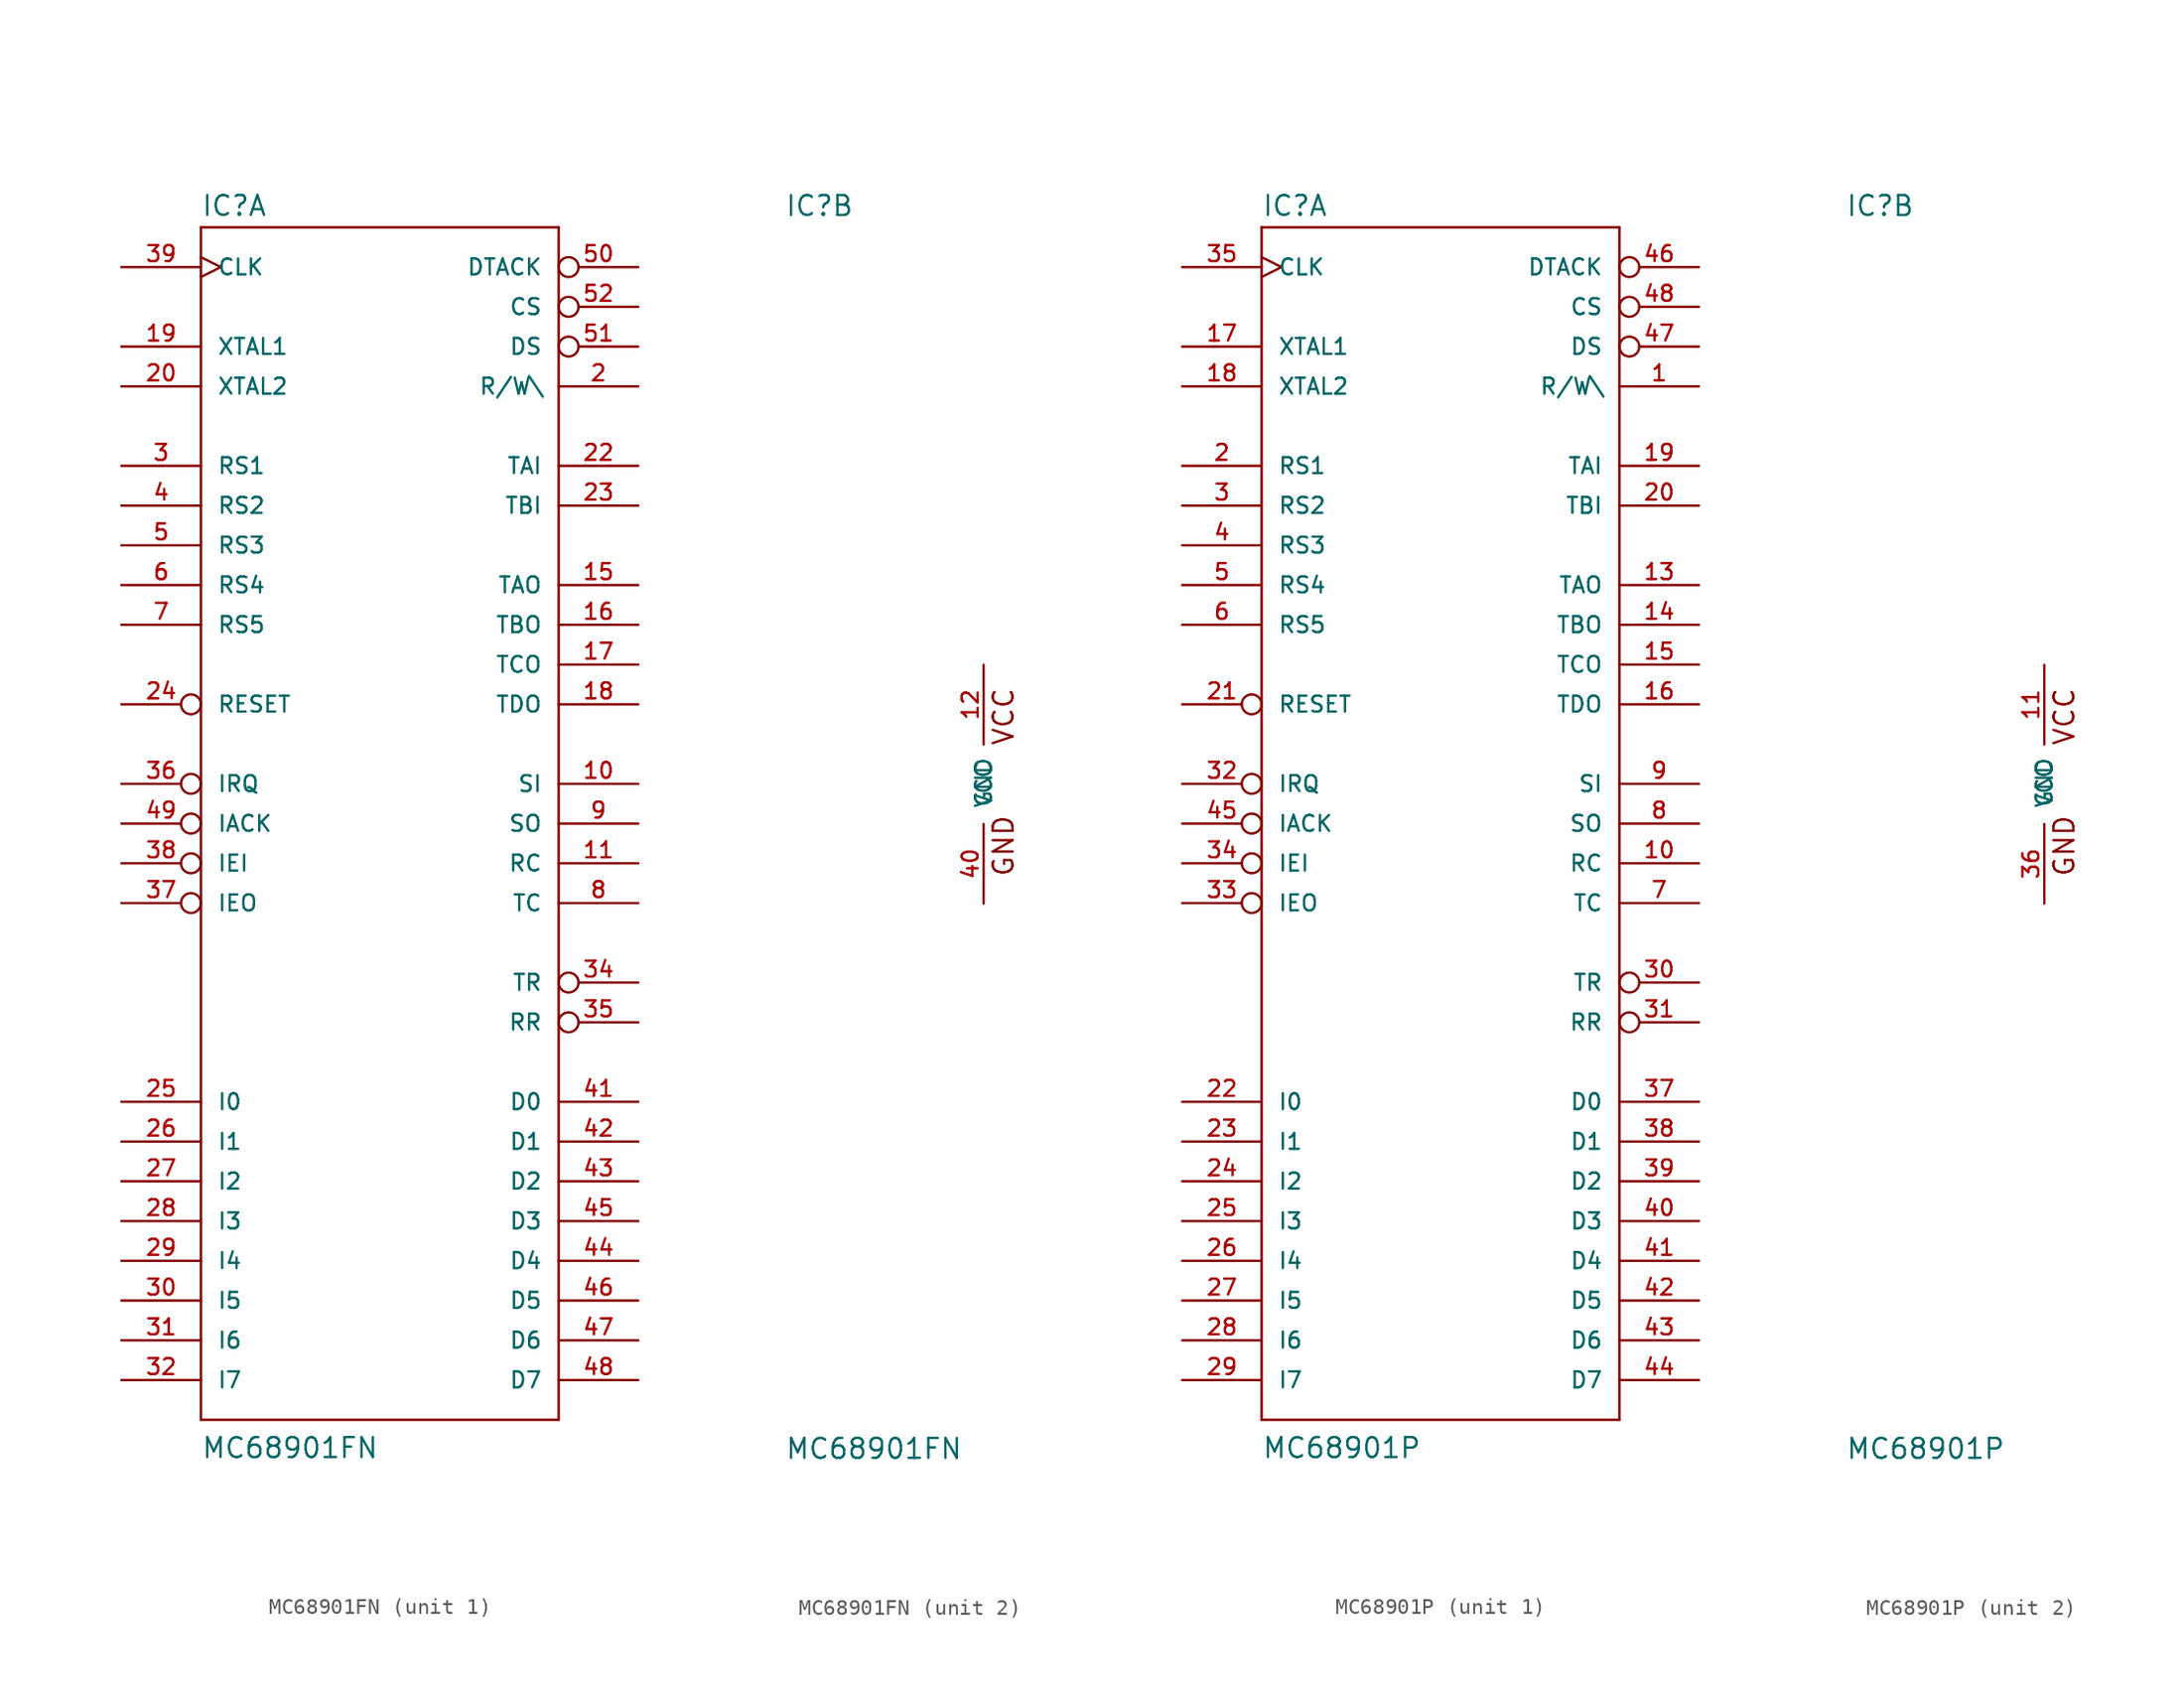
<source format=kicad_sym>
(kicad_symbol_lib
  (version 20220914)
  (generator kicad_symbol_editor)
  (symbol "MC68901FN"
    (pin_names
      (offset 1.016))
    (property "Reference" "IC"
      (at -12.7 36.195 0)
      (effects (font (size 1.27 1.27)) (justify left bottom)))
    (property "Value" "MC68901FN"
      (at -12.7 -43.18 0)
      (effects (font (size 1.27 1.27)) (justify left bottom)))
    (property "Footprint" ""
      (at 0 0 0)
      (effects (font (size 1.524 1.524))))
    (property "Datasheet" ""
      (at 0 0 0)
      (effects (font (size 1.524 1.524))))
    (property "ki_locked" ""
      (at 0 0 0)
      (effects (font (size 1.27 1.27))))
    (symbol "MC68901FN_1_0"
      (polyline (pts (xy -12.7 -40.64) (xy -12.7 35.56)) (stroke (width 0) (type solid)) (fill (type none)))
      (polyline (pts (xy -12.7 -40.64) (xy 10.16 -40.64)) (stroke (width 0) (type solid)) (fill (type none)))
      (polyline (pts (xy 10.16 -40.64) (xy 10.16 35.56)) (stroke (width 0) (type solid)) (fill (type none)))
      (polyline (pts (xy 10.16 35.56) (xy -12.7 35.56)) (stroke (width 0) (type solid)) (fill (type none))))
    (symbol "MC68901FN_1_1"
      (pin input line (at 15.24 0 180) (length 5.08) (name "SI" (effects (font (size 1.016 1.016)))) (number "10" (effects (font (size 1.016 1.016)))))
      (pin input line (at 15.24 -5.08 180) (length 5.08) (name "RC" (effects (font (size 1.016 1.016)))) (number "11" (effects (font (size 1.016 1.016)))))
      (pin output line (at 15.24 12.7 180) (length 5.08) (name "TAO" (effects (font (size 1.016 1.016)))) (number "15" (effects (font (size 1.016 1.016)))))
      (pin output line (at 15.24 10.16 180) (length 5.08) (name "TBO" (effects (font (size 1.016 1.016)))) (number "16" (effects (font (size 1.016 1.016)))))
      (pin output line (at 15.24 7.62 180) (length 5.08) (name "TCO" (effects (font (size 1.016 1.016)))) (number "17" (effects (font (size 1.016 1.016)))))
      (pin output line (at 15.24 5.08 180) (length 5.08) (name "TDO" (effects (font (size 1.016 1.016)))) (number "18" (effects (font (size 1.016 1.016)))))
      (pin input line (at -17.78 27.94 0) (length 5.08) (name "XTAL1" (effects (font (size 1.016 1.016)))) (number "19" (effects (font (size 1.016 1.016)))))
      (pin input line (at 15.24 25.4 180) (length 5.08) (name "R/W\\" (effects (font (size 1.016 1.016)))) (number "2" (effects (font (size 1.016 1.016)))))
      (pin input line (at -17.78 25.4 0) (length 5.08) (name "XTAL2" (effects (font (size 1.016 1.016)))) (number "20" (effects (font (size 1.016 1.016)))))
      (pin input line (at 15.24 20.32 180) (length 5.08) (name "TAI" (effects (font (size 1.016 1.016)))) (number "22" (effects (font (size 1.016 1.016)))))
      (pin input line (at 15.24 17.78 180) (length 5.08) (name "TBI" (effects (font (size 1.016 1.016)))) (number "23" (effects (font (size 1.016 1.016)))))
      (pin input inverted (at -17.78 5.08 0) (length 5.08) (name "RESET" (effects (font (size 1.016 1.016)))) (number "24" (effects (font (size 1.016 1.016)))))
      (pin bidirectional line (at -17.78 -20.32 0) (length 5.08) (name "I0" (effects (font (size 1.016 1.016)))) (number "25" (effects (font (size 1.016 1.016)))))
      (pin bidirectional line (at -17.78 -22.86 0) (length 5.08) (name "I1" (effects (font (size 1.016 1.016)))) (number "26" (effects (font (size 1.016 1.016)))))
      (pin bidirectional line (at -17.78 -25.4 0) (length 5.08) (name "I2" (effects (font (size 1.016 1.016)))) (number "27" (effects (font (size 1.016 1.016)))))
      (pin bidirectional line (at -17.78 -27.94 0) (length 5.08) (name "I3" (effects (font (size 1.016 1.016)))) (number "28" (effects (font (size 1.016 1.016)))))
      (pin bidirectional line (at -17.78 -30.48 0) (length 5.08) (name "I4" (effects (font (size 1.016 1.016)))) (number "29" (effects (font (size 1.016 1.016)))))
      (pin input line (at -17.78 20.32 0) (length 5.08) (name "RS1" (effects (font (size 1.016 1.016)))) (number "3" (effects (font (size 1.016 1.016)))))
      (pin bidirectional line (at -17.78 -33.02 0) (length 5.08) (name "I5" (effects (font (size 1.016 1.016)))) (number "30" (effects (font (size 1.016 1.016)))))
      (pin bidirectional line (at -17.78 -35.56 0) (length 5.08) (name "I6" (effects (font (size 1.016 1.016)))) (number "31" (effects (font (size 1.016 1.016)))))
      (pin bidirectional line (at -17.78 -38.1 0) (length 5.08) (name "I7" (effects (font (size 1.016 1.016)))) (number "32" (effects (font (size 1.016 1.016)))))
      (pin output inverted (at 15.24 -12.7 180) (length 5.08) (name "TR" (effects (font (size 1.016 1.016)))) (number "34" (effects (font (size 1.016 1.016)))))
      (pin output inverted (at 15.24 -15.24 180) (length 5.08) (name "RR" (effects (font (size 1.016 1.016)))) (number "35" (effects (font (size 1.016 1.016)))))
      (pin output inverted (at -17.78 0 0) (length 5.08) (name "IRQ" (effects (font (size 1.016 1.016)))) (number "36" (effects (font (size 1.016 1.016)))))
      (pin output inverted (at -17.78 -7.62 0) (length 5.08) (name "IEO" (effects (font (size 1.016 1.016)))) (number "37" (effects (font (size 1.016 1.016)))))
      (pin input inverted (at -17.78 -5.08 0) (length 5.08) (name "IEI" (effects (font (size 1.016 1.016)))) (number "38" (effects (font (size 1.016 1.016)))))
      (pin input clock (at -17.78 33.02 0) (length 5.08) (name "CLK" (effects (font (size 1.016 1.016)))) (number "39" (effects (font (size 1.016 1.016)))))
      (pin input line (at -17.78 17.78 0) (length 5.08) (name "RS2" (effects (font (size 1.016 1.016)))) (number "4" (effects (font (size 1.016 1.016)))))
      (pin bidirectional line (at 15.24 -20.32 180) (length 5.08) (name "D0" (effects (font (size 1.016 1.016)))) (number "41" (effects (font (size 1.016 1.016)))))
      (pin bidirectional line (at 15.24 -22.86 180) (length 5.08) (name "D1" (effects (font (size 1.016 1.016)))) (number "42" (effects (font (size 1.016 1.016)))))
      (pin bidirectional line (at 15.24 -25.4 180) (length 5.08) (name "D2" (effects (font (size 1.016 1.016)))) (number "43" (effects (font (size 1.016 1.016)))))
      (pin bidirectional line (at 15.24 -30.48 180) (length 5.08) (name "D4" (effects (font (size 1.016 1.016)))) (number "44" (effects (font (size 1.016 1.016)))))
      (pin bidirectional line (at 15.24 -27.94 180) (length 5.08) (name "D3" (effects (font (size 1.016 1.016)))) (number "45" (effects (font (size 1.016 1.016)))))
      (pin bidirectional line (at 15.24 -33.02 180) (length 5.08) (name "D5" (effects (font (size 1.016 1.016)))) (number "46" (effects (font (size 1.016 1.016)))))
      (pin bidirectional line (at 15.24 -35.56 180) (length 5.08) (name "D6" (effects (font (size 1.016 1.016)))) (number "47" (effects (font (size 1.016 1.016)))))
      (pin bidirectional line (at 15.24 -38.1 180) (length 5.08) (name "D7" (effects (font (size 1.016 1.016)))) (number "48" (effects (font (size 1.016 1.016)))))
      (pin input inverted (at -17.78 -2.54 0) (length 5.08) (name "IACK" (effects (font (size 1.016 1.016)))) (number "49" (effects (font (size 1.016 1.016)))))
      (pin input line (at -17.78 15.24 0) (length 5.08) (name "RS3" (effects (font (size 1.016 1.016)))) (number "5" (effects (font (size 1.016 1.016)))))
      (pin output inverted (at 15.24 33.02 180) (length 5.08) (name "DTACK" (effects (font (size 1.016 1.016)))) (number "50" (effects (font (size 1.016 1.016)))))
      (pin input inverted (at 15.24 27.94 180) (length 5.08) (name "DS" (effects (font (size 1.016 1.016)))) (number "51" (effects (font (size 1.016 1.016)))))
      (pin input inverted (at 15.24 30.48 180) (length 5.08) (name "CS" (effects (font (size 1.016 1.016)))) (number "52" (effects (font (size 1.016 1.016)))))
      (pin input line (at -17.78 12.7 0) (length 5.08) (name "RS4" (effects (font (size 1.016 1.016)))) (number "6" (effects (font (size 1.016 1.016)))))
      (pin input line (at -17.78 10.16 0) (length 5.08) (name "RS5" (effects (font (size 1.016 1.016)))) (number "7" (effects (font (size 1.016 1.016)))))
      (pin input line (at 15.24 -7.62 180) (length 5.08) (name "TC" (effects (font (size 1.016 1.016)))) (number "8" (effects (font (size 1.016 1.016)))))
      (pin output line (at 15.24 -2.54 180) (length 5.08) (name "SO" (effects (font (size 1.016 1.016)))) (number "9" (effects (font (size 1.016 1.016))))))
    (symbol "MC68901FN_2_0"
      (text "GND" (at 1.27 -3.937 1) (effects (font (size 1.27 1.27))))
      (text "VCC" (at 1.27 4.318 1) (effects (font (size 1.27 1.27)))))
    (symbol "MC68901FN_2_1"
      (pin power_in line (at 0 7.62 270) (length 5.08) (name "VCC" (effects (font (size 1.016 1.016)))) (number "12" (effects (font (size 1.016 1.016)))))
      (pin power_in line (at 0 -7.62 90) (length 5.08) (name "GND" (effects (font (size 1.016 1.016)))) (number "40" (effects (font (size 1.016 1.016)))))))
  (symbol "MC68901P"
    (pin_names
      (offset 1.016))
    (property "Reference" "IC"
      (at -12.7 36.195 0)
      (effects (font (size 1.27 1.27)) (justify left bottom)))
    (property "Value" "MC68901P"
      (at -12.7 -43.18 0)
      (effects (font (size 1.27 1.27)) (justify left bottom)))
    (property "Datasheet" ""
      (at 0 0 0)
      (effects (font (size 1.524 1.524))))
    (property "ki_locked" ""
      (at 0 0 0)
      (effects (font (size 1.27 1.27))))
    (symbol "MC68901P_1_0"
      (polyline (pts (xy -12.7 -40.64) (xy -12.7 35.56)) (stroke (width 0) (type solid)) (fill (type none)))
      (polyline (pts (xy -12.7 -40.64) (xy 10.16 -40.64)) (stroke (width 0) (type solid)) (fill (type none)))
      (polyline (pts (xy 10.16 -40.64) (xy 10.16 35.56)) (stroke (width 0) (type solid)) (fill (type none)))
      (polyline (pts (xy 10.16 35.56) (xy -12.7 35.56)) (stroke (width 0) (type solid)) (fill (type none))))
    (symbol "MC68901P_1_1"
      (pin input line (at 15.24 25.4 180) (length 5.08) (name "R/W\\" (effects (font (size 1.016 1.016)))) (number "1" (effects (font (size 1.016 1.016)))))
      (pin input line (at 15.24 -5.08 180) (length 5.08) (name "RC" (effects (font (size 1.016 1.016)))) (number "10" (effects (font (size 1.016 1.016)))))
      (pin output line (at 15.24 12.7 180) (length 5.08) (name "TAO" (effects (font (size 1.016 1.016)))) (number "13" (effects (font (size 1.016 1.016)))))
      (pin output line (at 15.24 10.16 180) (length 5.08) (name "TBO" (effects (font (size 1.016 1.016)))) (number "14" (effects (font (size 1.016 1.016)))))
      (pin output line (at 15.24 7.62 180) (length 5.08) (name "TCO" (effects (font (size 1.016 1.016)))) (number "15" (effects (font (size 1.016 1.016)))))
      (pin output line (at 15.24 5.08 180) (length 5.08) (name "TDO" (effects (font (size 1.016 1.016)))) (number "16" (effects (font (size 1.016 1.016)))))
      (pin input line (at -17.78 27.94 0) (length 5.08) (name "XTAL1" (effects (font (size 1.016 1.016)))) (number "17" (effects (font (size 1.016 1.016)))))
      (pin input line (at -17.78 25.4 0) (length 5.08) (name "XTAL2" (effects (font (size 1.016 1.016)))) (number "18" (effects (font (size 1.016 1.016)))))
      (pin input line (at 15.24 20.32 180) (length 5.08) (name "TAI" (effects (font (size 1.016 1.016)))) (number "19" (effects (font (size 1.016 1.016)))))
      (pin input line (at -17.78 20.32 0) (length 5.08) (name "RS1" (effects (font (size 1.016 1.016)))) (number "2" (effects (font (size 1.016 1.016)))))
      (pin input line (at 15.24 17.78 180) (length 5.08) (name "TBI" (effects (font (size 1.016 1.016)))) (number "20" (effects (font (size 1.016 1.016)))))
      (pin input inverted (at -17.78 5.08 0) (length 5.08) (name "RESET" (effects (font (size 1.016 1.016)))) (number "21" (effects (font (size 1.016 1.016)))))
      (pin bidirectional line (at -17.78 -20.32 0) (length 5.08) (name "I0" (effects (font (size 1.016 1.016)))) (number "22" (effects (font (size 1.016 1.016)))))
      (pin bidirectional line (at -17.78 -22.86 0) (length 5.08) (name "I1" (effects (font (size 1.016 1.016)))) (number "23" (effects (font (size 1.016 1.016)))))
      (pin bidirectional line (at -17.78 -25.4 0) (length 5.08) (name "I2" (effects (font (size 1.016 1.016)))) (number "24" (effects (font (size 1.016 1.016)))))
      (pin bidirectional line (at -17.78 -27.94 0) (length 5.08) (name "I3" (effects (font (size 1.016 1.016)))) (number "25" (effects (font (size 1.016 1.016)))))
      (pin bidirectional line (at -17.78 -30.48 0) (length 5.08) (name "I4" (effects (font (size 1.016 1.016)))) (number "26" (effects (font (size 1.016 1.016)))))
      (pin bidirectional line (at -17.78 -33.02 0) (length 5.08) (name "I5" (effects (font (size 1.016 1.016)))) (number "27" (effects (font (size 1.016 1.016)))))
      (pin bidirectional line (at -17.78 -35.56 0) (length 5.08) (name "I6" (effects (font (size 1.016 1.016)))) (number "28" (effects (font (size 1.016 1.016)))))
      (pin bidirectional line (at -17.78 -38.1 0) (length 5.08) (name "I7" (effects (font (size 1.016 1.016)))) (number "29" (effects (font (size 1.016 1.016)))))
      (pin input line (at -17.78 17.78 0) (length 5.08) (name "RS2" (effects (font (size 1.016 1.016)))) (number "3" (effects (font (size 1.016 1.016)))))
      (pin output inverted (at 15.24 -12.7 180) (length 5.08) (name "TR" (effects (font (size 1.016 1.016)))) (number "30" (effects (font (size 1.016 1.016)))))
      (pin output inverted (at 15.24 -15.24 180) (length 5.08) (name "RR" (effects (font (size 1.016 1.016)))) (number "31" (effects (font (size 1.016 1.016)))))
      (pin output inverted (at -17.78 0 0) (length 5.08) (name "IRQ" (effects (font (size 1.016 1.016)))) (number "32" (effects (font (size 1.016 1.016)))))
      (pin output inverted (at -17.78 -7.62 0) (length 5.08) (name "IEO" (effects (font (size 1.016 1.016)))) (number "33" (effects (font (size 1.016 1.016)))))
      (pin input inverted (at -17.78 -5.08 0) (length 5.08) (name "IEI" (effects (font (size 1.016 1.016)))) (number "34" (effects (font (size 1.016 1.016)))))
      (pin input clock (at -17.78 33.02 0) (length 5.08) (name "CLK" (effects (font (size 1.016 1.016)))) (number "35" (effects (font (size 1.016 1.016)))))
      (pin bidirectional line (at 15.24 -20.32 180) (length 5.08) (name "D0" (effects (font (size 1.016 1.016)))) (number "37" (effects (font (size 1.016 1.016)))))
      (pin bidirectional line (at 15.24 -22.86 180) (length 5.08) (name "D1" (effects (font (size 1.016 1.016)))) (number "38" (effects (font (size 1.016 1.016)))))
      (pin bidirectional line (at 15.24 -25.4 180) (length 5.08) (name "D2" (effects (font (size 1.016 1.016)))) (number "39" (effects (font (size 1.016 1.016)))))
      (pin input line (at -17.78 15.24 0) (length 5.08) (name "RS3" (effects (font (size 1.016 1.016)))) (number "4" (effects (font (size 1.016 1.016)))))
      (pin bidirectional line (at 15.24 -27.94 180) (length 5.08) (name "D3" (effects (font (size 1.016 1.016)))) (number "40" (effects (font (size 1.016 1.016)))))
      (pin bidirectional line (at 15.24 -30.48 180) (length 5.08) (name "D4" (effects (font (size 1.016 1.016)))) (number "41" (effects (font (size 1.016 1.016)))))
      (pin bidirectional line (at 15.24 -33.02 180) (length 5.08) (name "D5" (effects (font (size 1.016 1.016)))) (number "42" (effects (font (size 1.016 1.016)))))
      (pin bidirectional line (at 15.24 -35.56 180) (length 5.08) (name "D6" (effects (font (size 1.016 1.016)))) (number "43" (effects (font (size 1.016 1.016)))))
      (pin bidirectional line (at 15.24 -38.1 180) (length 5.08) (name "D7" (effects (font (size 1.016 1.016)))) (number "44" (effects (font (size 1.016 1.016)))))
      (pin input inverted (at -17.78 -2.54 0) (length 5.08) (name "IACK" (effects (font (size 1.016 1.016)))) (number "45" (effects (font (size 1.016 1.016)))))
      (pin output inverted (at 15.24 33.02 180) (length 5.08) (name "DTACK" (effects (font (size 1.016 1.016)))) (number "46" (effects (font (size 1.016 1.016)))))
      (pin input inverted (at 15.24 27.94 180) (length 5.08) (name "DS" (effects (font (size 1.016 1.016)))) (number "47" (effects (font (size 1.016 1.016)))))
      (pin input inverted (at 15.24 30.48 180) (length 5.08) (name "CS" (effects (font (size 1.016 1.016)))) (number "48" (effects (font (size 1.016 1.016)))))
      (pin input line (at -17.78 12.7 0) (length 5.08) (name "RS4" (effects (font (size 1.016 1.016)))) (number "5" (effects (font (size 1.016 1.016)))))
      (pin input line (at -17.78 10.16 0) (length 5.08) (name "RS5" (effects (font (size 1.016 1.016)))) (number "6" (effects (font (size 1.016 1.016)))))
      (pin input line (at 15.24 -7.62 180) (length 5.08) (name "TC" (effects (font (size 1.016 1.016)))) (number "7" (effects (font (size 1.016 1.016)))))
      (pin output line (at 15.24 -2.54 180) (length 5.08) (name "SO" (effects (font (size 1.016 1.016)))) (number "8" (effects (font (size 1.016 1.016)))))
      (pin input line (at 15.24 0 180) (length 5.08) (name "SI" (effects (font (size 1.016 1.016)))) (number "9" (effects (font (size 1.016 1.016))))))
    (symbol "MC68901P_2_0"
      (text "GND" (at 1.27 -3.937 1) (effects (font (size 1.27 1.27))))
      (text "VCC" (at 1.27 4.318 1) (effects (font (size 1.27 1.27)))))
    (symbol "MC68901P_2_1"
      (pin power_in line (at 0 7.62 270) (length 5.08) (name "VCC" (effects (font (size 1.016 1.016)))) (number "11" (effects (font (size 1.016 1.016)))))
      (pin power_in line (at 0 -7.62 90) (length 5.08) (name "GND" (effects (font (size 1.016 1.016)))) (number "36" (effects (font (size 1.016 1.016))))))))
</source>
